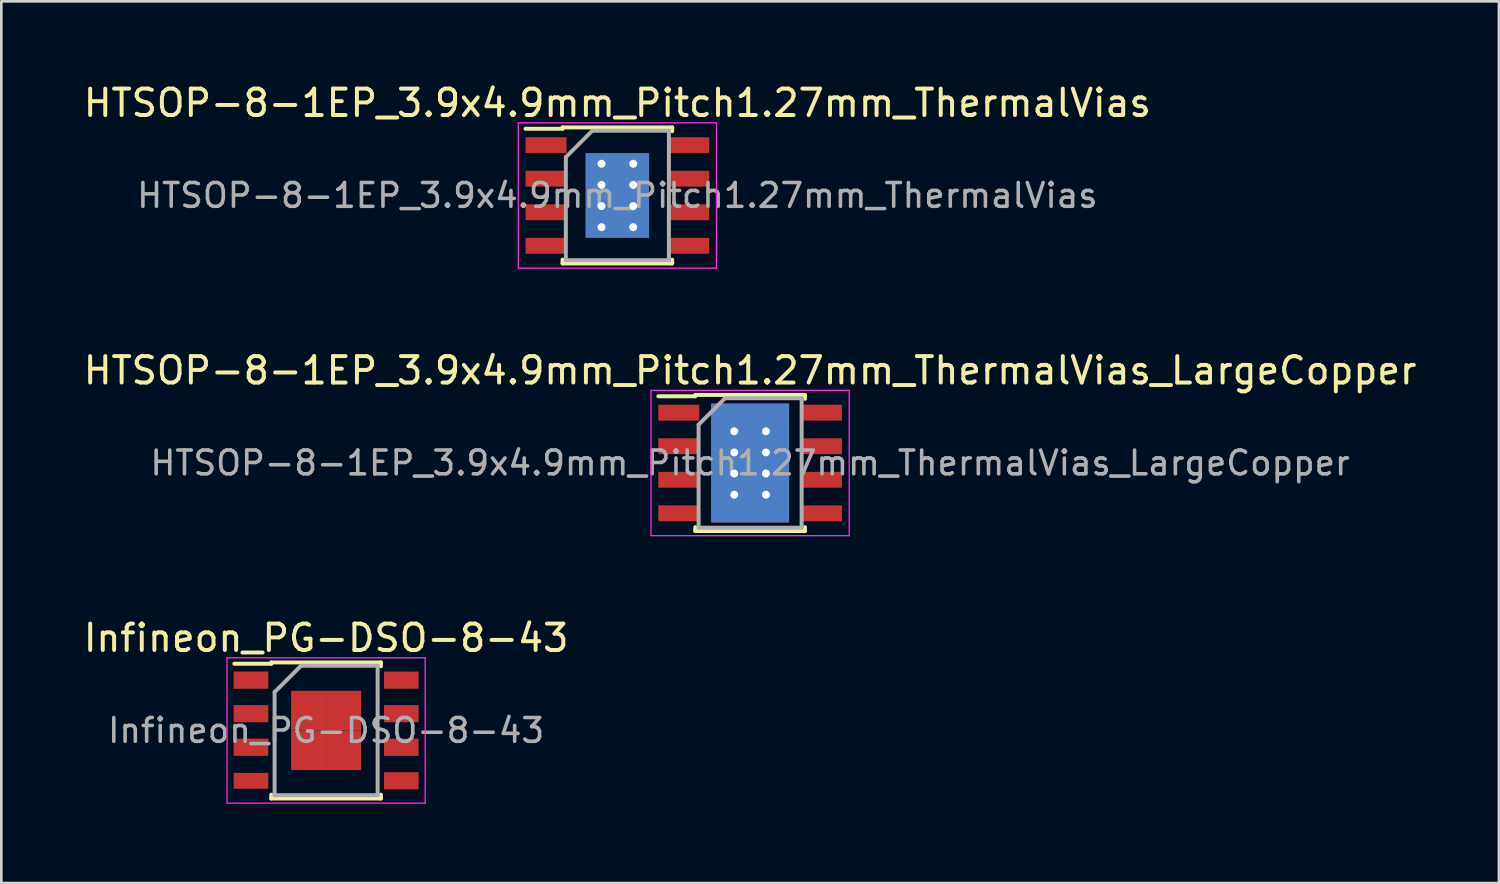
<source format=kicad_pcb>
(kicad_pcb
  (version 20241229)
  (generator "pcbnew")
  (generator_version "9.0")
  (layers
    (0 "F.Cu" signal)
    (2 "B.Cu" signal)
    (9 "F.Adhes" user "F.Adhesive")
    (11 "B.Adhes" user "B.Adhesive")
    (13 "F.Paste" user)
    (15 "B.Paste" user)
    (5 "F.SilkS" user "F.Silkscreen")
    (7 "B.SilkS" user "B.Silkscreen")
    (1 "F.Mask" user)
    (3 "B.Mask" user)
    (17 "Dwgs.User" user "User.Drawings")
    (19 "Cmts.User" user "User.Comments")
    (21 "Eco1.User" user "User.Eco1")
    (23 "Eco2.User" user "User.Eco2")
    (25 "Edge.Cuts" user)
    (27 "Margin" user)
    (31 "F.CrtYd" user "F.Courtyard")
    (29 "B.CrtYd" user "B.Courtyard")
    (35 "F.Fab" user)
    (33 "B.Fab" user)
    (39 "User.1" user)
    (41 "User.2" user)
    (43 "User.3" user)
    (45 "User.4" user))
  (footprint "Infineon_PG-DSO-8-43"
    (layer "F.Cu")
    (at 9.292 24.595)
    (property "Reference" "Infineon_PG-DSO-8-43" (at 0 -3.5 0) (layer "F.SilkS") (effects (font (size 1 1) (thickness 0.15))))
    (attr smd)
    (fp_line (start -2.075 -2.575) (end -2.075 -2.525) (stroke (width 0.15) (type solid)) (layer "F.SilkS"))
    (fp_line (start -2.075 -2.575) (end 2.075 -2.575) (stroke (width 0.15) (type solid)) (layer "F.SilkS"))
    (fp_line (start -2.075 -2.525) (end -3.475 -2.525) (stroke (width 0.15) (type solid)) (layer "F.SilkS"))
    (fp_line (start -2.075 2.575) (end -2.075 2.43) (stroke (width 0.15) (type solid)) (layer "F.SilkS"))
    (fp_line (start -2.075 2.575) (end 2.075 2.575) (stroke (width 0.15) (type solid)) (layer "F.SilkS"))
    (fp_line (start 2.075 -2.575) (end 2.075 -2.43) (stroke (width 0.15) (type solid)) (layer "F.SilkS"))
    (fp_line (start 2.075 2.575) (end 2.075 2.43) (stroke (width 0.15) (type solid)) (layer "F.SilkS"))
    (fp_line (start -3.75 -2.75) (end -3.75 2.75) (stroke (width 0.05) (type solid)) (layer "F.CrtYd"))
    (fp_line (start -3.75 -2.75) (end 3.75 -2.75) (stroke (width 0.05) (type solid)) (layer "F.CrtYd"))
    (fp_line (start -3.75 2.75) (end 3.75 2.75) (stroke (width 0.05) (type solid)) (layer "F.CrtYd"))
    (fp_line (start 3.75 -2.75) (end 3.75 2.75) (stroke (width 0.05) (type solid)) (layer "F.CrtYd"))
    (fp_line (start -1.95 -1.45) (end -0.95 -2.45) (stroke (width 0.15) (type solid)) (layer "F.Fab"))
    (fp_line (start -1.95 2.45) (end -1.95 -1.45) (stroke (width 0.15) (type solid)) (layer "F.Fab"))
    (fp_line (start -0.95 -2.45) (end 1.95 -2.45) (stroke (width 0.15) (type solid)) (layer "F.Fab"))
    (fp_line (start 1.95 -2.45) (end 1.95 2.45) (stroke (width 0.15) (type solid)) (layer "F.Fab"))
    (fp_line (start 1.95 2.45) (end -1.95 2.45) (stroke (width 0.15) (type solid)) (layer "F.Fab"))
    (fp_text user "${REFERENCE}" (at 0 0 0) (layer "F.Fab") (effects (font (size 0.9 0.9) (thickness 0.135))))
    (pad "1" smd rect (at -2.845 -1.905) (size 1.31 0.65) (layers "F.Cu" "F.Mask" "F.Paste"))
    (pad "2" smd rect (at -2.845 -0.635) (size 1.31 0.65) (layers "F.Cu" "F.Mask" "F.Paste"))
    (pad "3" smd rect (at -2.845 0.635) (size 1.31 0.65) (layers "F.Cu" "F.Mask" "F.Paste"))
    (pad "4" smd rect (at -2.845 1.905) (size 1.31 0.6) (layers "F.Cu" "F.Mask" "F.Paste"))
    (pad "5" smd rect (at 2.845 1.905) (size 1.31 0.65) (layers "F.Cu" "F.Mask" "F.Paste"))
    (pad "6" smd rect (at 2.845 0.635) (size 1.31 0.65) (layers "F.Cu" "F.Mask" "F.Paste"))
    (pad "7" smd rect (at 2.845 -0.635) (size 1.31 0.65) (layers "F.Cu" "F.Mask" "F.Paste"))
    (pad "8" smd rect (at 2.845 -1.905) (size 1.31 0.65) (layers "F.Cu" "F.Mask" "F.Paste"))
    (pad "9" smd rect (at -0.662 -0.75) (size 1.325 1.5) (layers "F.Cu" "F.Mask" "F.Paste"))
    (pad "9" smd rect (at -0.662 0.75) (size 1.325 1.5) (layers "F.Cu" "F.Mask" "F.Paste"))
    (pad "9" smd rect (at 0.662 -0.75) (size 1.325 1.5) (layers "F.Cu" "F.Mask" "F.Paste"))
    (pad "9" smd rect (at 0.662 0.75) (size 1.325 1.5) (layers "F.Cu" "F.Mask" "F.Paste")))
  (footprint "HTSOP-8-1EP_3.9x4.9mm_Pitch1.27mm_ThermalVias_LargeCopper"
    (layer "F.Cu")
    (at 25.339 14.472)
    (property "Reference" "HTSOP-8-1EP_3.9x4.9mm_Pitch1.27mm_ThermalVias_LargeCopper" (at 0 -3.5 0) (layer "F.SilkS") (effects (font (size 1 1) (thickness 0.15))))
    (attr smd)
    (fp_line (start -2.075 -2.575) (end -2.075 -2.525) (stroke (width 0.15) (type solid)) (layer "F.SilkS"))
    (fp_line (start -2.075 -2.575) (end 2.075 -2.575) (stroke (width 0.15) (type solid)) (layer "F.SilkS"))
    (fp_line (start -2.075 -2.525) (end -3.475 -2.525) (stroke (width 0.15) (type solid)) (layer "F.SilkS"))
    (fp_line (start -2.075 2.575) (end -2.075 2.43) (stroke (width 0.15) (type solid)) (layer "F.SilkS"))
    (fp_line (start -2.075 2.575) (end 2.075 2.575) (stroke (width 0.15) (type solid)) (layer "F.SilkS"))
    (fp_line (start 2.075 -2.575) (end 2.075 -2.43) (stroke (width 0.15) (type solid)) (layer "F.SilkS"))
    (fp_line (start 2.075 2.575) (end 2.075 2.43) (stroke (width 0.15) (type solid)) (layer "F.SilkS"))
    (fp_line (start -3.75 -2.75) (end -3.75 2.75) (stroke (width 0.05) (type solid)) (layer "F.CrtYd"))
    (fp_line (start -3.75 -2.75) (end 3.75 -2.75) (stroke (width 0.05) (type solid)) (layer "F.CrtYd"))
    (fp_line (start -3.75 2.75) (end 3.75 2.75) (stroke (width 0.05) (type solid)) (layer "F.CrtYd"))
    (fp_line (start 3.75 -2.75) (end 3.75 2.75) (stroke (width 0.05) (type solid)) (layer "F.CrtYd"))
    (fp_line (start -1.95 -1.45) (end -0.95 -2.45) (stroke (width 0.15) (type solid)) (layer "F.Fab"))
    (fp_line (start -1.95 2.45) (end -1.95 -1.45) (stroke (width 0.15) (type solid)) (layer "F.Fab"))
    (fp_line (start -0.95 -2.45) (end 1.95 -2.45) (stroke (width 0.15) (type solid)) (layer "F.Fab"))
    (fp_line (start 1.95 -2.45) (end 1.95 2.45) (stroke (width 0.15) (type solid)) (layer "F.Fab"))
    (fp_line (start 1.95 2.45) (end -1.95 2.45) (stroke (width 0.15) (type solid)) (layer "F.Fab"))
    (fp_text user "${REFERENCE}" (at 0 0 0) (layer "F.Fab") (effects (font (size 0.9 0.9) (thickness 0.135))))
    (pad "1" smd rect (at -2.7 -1.905) (size 1.55 0.6) (layers "F.Cu" "F.Mask" "F.Paste"))
    (pad "2" smd rect (at -2.7 -0.635) (size 1.55 0.6) (layers "F.Cu" "F.Mask" "F.Paste"))
    (pad "3" smd rect (at -2.7 0.635) (size 1.55 0.6) (layers "F.Cu" "F.Mask" "F.Paste"))
    (pad "4" smd rect (at -2.7 1.905) (size 1.55 0.6) (layers "F.Cu" "F.Mask" "F.Paste"))
    (pad "5" smd rect (at 2.7 1.905) (size 1.55 0.6) (layers "F.Cu" "F.Mask" "F.Paste"))
    (pad "6" smd rect (at 2.7 0.635) (size 1.55 0.6) (layers "F.Cu" "F.Mask" "F.Paste"))
    (pad "7" smd rect (at 2.7 -0.635) (size 1.55 0.6) (layers "F.Cu" "F.Mask" "F.Paste"))
    (pad "8" smd rect (at 2.7 -1.905) (size 1.55 0.6) (layers "F.Cu" "F.Mask" "F.Paste"))
    (pad "9" thru_hole circle (at -0.6 -1.2) (size 0.6 0.6) (drill 0.3) (layers "*.Cu"))
    (pad "9" smd rect (at -0.6 -0.8) (size 1.2 1.6) (layers "F.Cu" "F.Mask" "F.Paste"))
    (pad "9" thru_hole circle (at -0.6 -0.4) (size 0.6 0.6) (drill 0.3) (layers "*.Cu"))
    (pad "9" thru_hole circle (at -0.6 0.4) (size 0.6 0.6) (drill 0.3) (layers "*.Cu"))
    (pad "9" smd rect (at -0.6 0.8) (size 1.2 1.6) (layers "F.Cu" "F.Mask" "F.Paste"))
    (pad "9" thru_hole circle (at -0.6 1.2) (size 0.6 0.6) (drill 0.3) (layers "*.Cu"))
    (pad "9" smd rect (at 0 0) (size 2.95 4.5) (layers "F.Cu"))
    (pad "9" smd rect (at 0 0) (size 2.95 4.5) (layers "B.Cu"))
    (pad "9" thru_hole circle (at 0.6 -1.2) (size 0.6 0.6) (drill 0.3) (layers "*.Cu"))
    (pad "9" smd rect (at 0.6 -0.8) (size 1.2 1.6) (layers "F.Cu" "F.Mask" "F.Paste"))
    (pad "9" thru_hole circle (at 0.6 -0.4) (size 0.6 0.6) (drill 0.3) (layers "*.Cu"))
    (pad "9" thru_hole circle (at 0.6 0.4) (size 0.6 0.6) (drill 0.3) (layers "*.Cu"))
    (pad "9" smd rect (at 0.6 0.8) (size 1.2 1.6) (layers "F.Cu" "F.Mask" "F.Paste"))
    (pad "9" thru_hole circle (at 0.6 1.2) (size 0.6 0.6) (drill 0.3) (layers "*.Cu")))
  (footprint "HTSOP-8-1EP_3.9x4.9mm_Pitch1.27mm_ThermalVias"
    (layer "F.Cu")
    (at 20.315 4.348)
    (property "Reference" "HTSOP-8-1EP_3.9x4.9mm_Pitch1.27mm_ThermalVias" (at 0 -3.5 0) (layer "F.SilkS") (effects (font (size 1 1) (thickness 0.15))))
    (attr smd)
    (fp_line (start -2.075 -2.575) (end -2.075 -2.525) (stroke (width 0.15) (type solid)) (layer "F.SilkS"))
    (fp_line (start -2.075 -2.575) (end 2.075 -2.575) (stroke (width 0.15) (type solid)) (layer "F.SilkS"))
    (fp_line (start -2.075 -2.525) (end -3.475 -2.525) (stroke (width 0.15) (type solid)) (layer "F.SilkS"))
    (fp_line (start -2.075 2.575) (end -2.075 2.43) (stroke (width 0.15) (type solid)) (layer "F.SilkS"))
    (fp_line (start -2.075 2.575) (end 2.075 2.575) (stroke (width 0.15) (type solid)) (layer "F.SilkS"))
    (fp_line (start 2.075 -2.575) (end 2.075 -2.43) (stroke (width 0.15) (type solid)) (layer "F.SilkS"))
    (fp_line (start 2.075 2.575) (end 2.075 2.43) (stroke (width 0.15) (type solid)) (layer "F.SilkS"))
    (fp_line (start -3.75 -2.75) (end -3.75 2.75) (stroke (width 0.05) (type solid)) (layer "F.CrtYd"))
    (fp_line (start -3.75 -2.75) (end 3.75 -2.75) (stroke (width 0.05) (type solid)) (layer "F.CrtYd"))
    (fp_line (start -3.75 2.75) (end 3.75 2.75) (stroke (width 0.05) (type solid)) (layer "F.CrtYd"))
    (fp_line (start 3.75 -2.75) (end 3.75 2.75) (stroke (width 0.05) (type solid)) (layer "F.CrtYd"))
    (fp_line (start -1.95 -1.45) (end -0.95 -2.45) (stroke (width 0.15) (type solid)) (layer "F.Fab"))
    (fp_line (start -1.95 2.45) (end -1.95 -1.45) (stroke (width 0.15) (type solid)) (layer "F.Fab"))
    (fp_line (start -0.95 -2.45) (end 1.95 -2.45) (stroke (width 0.15) (type solid)) (layer "F.Fab"))
    (fp_line (start 1.95 -2.45) (end 1.95 2.45) (stroke (width 0.15) (type solid)) (layer "F.Fab"))
    (fp_line (start 1.95 2.45) (end -1.95 2.45) (stroke (width 0.15) (type solid)) (layer "F.Fab"))
    (fp_text user "${REFERENCE}" (at 0 0 0) (layer "F.Fab") (effects (font (size 0.9 0.9) (thickness 0.135))))
    (pad "1" smd rect (at -2.7 -1.905) (size 1.55 0.6) (layers "F.Cu" "F.Mask" "F.Paste"))
    (pad "2" smd rect (at -2.7 -0.635) (size 1.55 0.6) (layers "F.Cu" "F.Mask" "F.Paste"))
    (pad "3" smd rect (at -2.7 0.635) (size 1.55 0.6) (layers "F.Cu" "F.Mask" "F.Paste"))
    (pad "4" smd rect (at -2.7 1.905) (size 1.55 0.6) (layers "F.Cu" "F.Mask" "F.Paste"))
    (pad "5" smd rect (at 2.7 1.905) (size 1.55 0.6) (layers "F.Cu" "F.Mask" "F.Paste"))
    (pad "6" smd rect (at 2.7 0.635) (size 1.55 0.6) (layers "F.Cu" "F.Mask" "F.Paste"))
    (pad "7" smd rect (at 2.7 -0.635) (size 1.55 0.6) (layers "F.Cu" "F.Mask" "F.Paste"))
    (pad "8" smd rect (at 2.7 -1.905) (size 1.55 0.6) (layers "F.Cu" "F.Mask" "F.Paste"))
    (pad "9" thru_hole circle (at -0.6 -1.2) (size 0.6 0.6) (drill 0.3) (layers "*.Cu"))
    (pad "9" smd rect (at -0.6 -0.8) (size 1.2 1.6) (layers "F.Cu" "F.Mask" "F.Paste"))
    (pad "9" thru_hole circle (at -0.6 -0.4) (size 0.6 0.6) (drill 0.3) (layers "*.Cu"))
    (pad "9" thru_hole circle (at -0.6 0.4) (size 0.6 0.6) (drill 0.3) (layers "*.Cu"))
    (pad "9" smd rect (at -0.6 0.8) (size 1.2 1.6) (layers "F.Cu" "F.Mask" "F.Paste"))
    (pad "9" thru_hole circle (at -0.6 1.2) (size 0.6 0.6) (drill 0.3) (layers "*.Cu"))
    (pad "9" smd rect (at 0 0) (size 2.4 3.2) (layers "B.Cu"))
    (pad "9" thru_hole circle (at 0.6 -1.2) (size 0.6 0.6) (drill 0.3) (layers "*.Cu"))
    (pad "9" smd rect (at 0.6 -0.8) (size 1.2 1.6) (layers "F.Cu" "F.Mask" "F.Paste"))
    (pad "9" thru_hole circle (at 0.6 -0.4) (size 0.6 0.6) (drill 0.3) (layers "*.Cu"))
    (pad "9" thru_hole circle (at 0.6 0.4) (size 0.6 0.6) (drill 0.3) (layers "*.Cu"))
    (pad "9" smd rect (at 0.6 0.8) (size 1.2 1.6) (layers "F.Cu" "F.Mask" "F.Paste"))
    (pad "9" thru_hole circle (at 0.6 1.2) (size 0.6 0.6) (drill 0.3) (layers "*.Cu")))
  (gr_rect
    (start -3 -3)
    (end 53.679 30.37)
    (stroke (width 0.1) (type default))
    (fill no)
    (layer "Edge.Cuts")))
</source>
